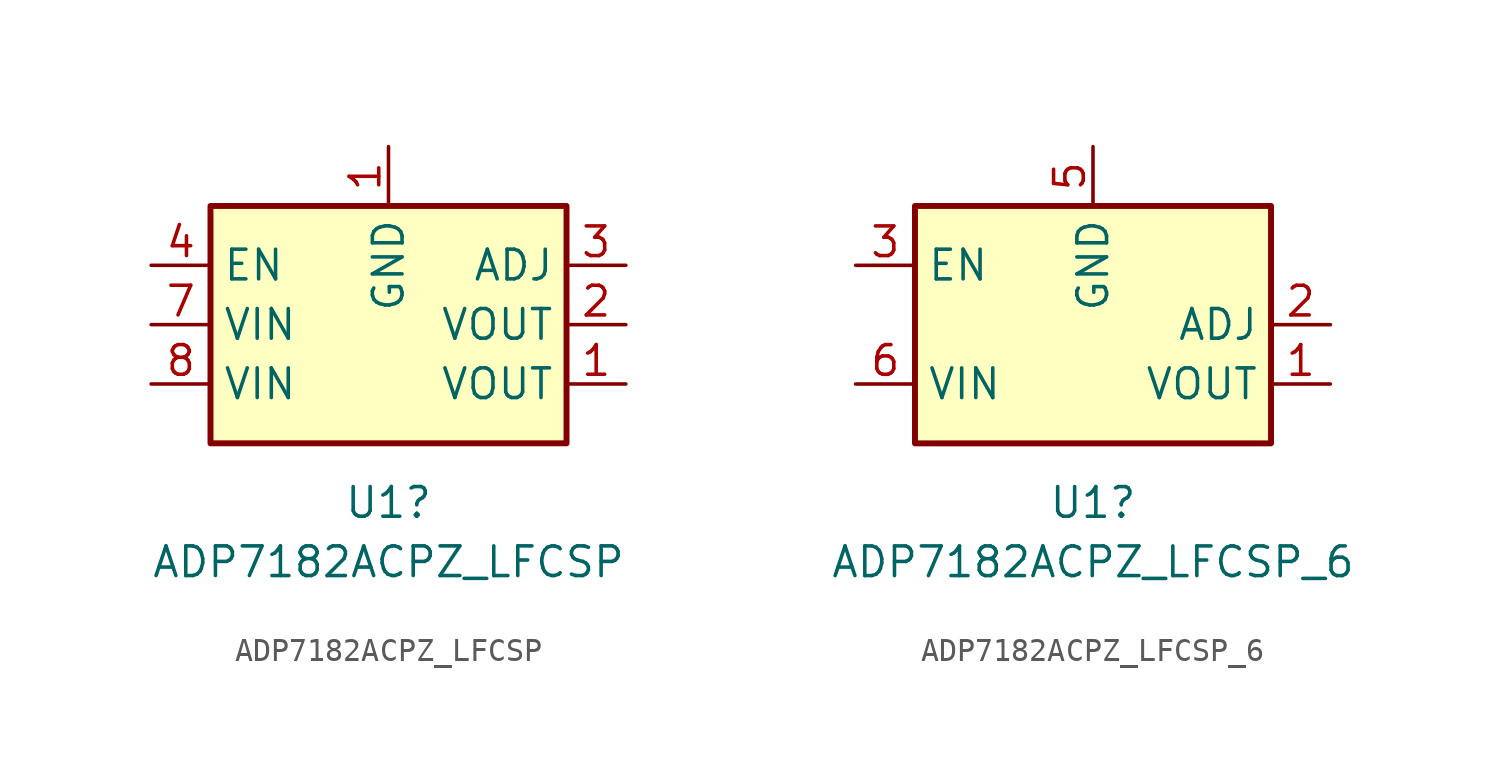
<source format=kicad_sym>
(kicad_symbol_lib
  (version 20220914)
  (generator kicad_symbol_editor)
  (symbol "ADP7182ACPZ_LFCSP"
    (property "Reference" "U1"
      (at 0 -7.62 0)
      (effects (font (size 1.27 1.27))))
    (property "Value" "ADP7182ACPZ_LFCSP"
      (at 0 -10.16 0)
      (effects (font (size 1.27 1.27))))
    (symbol "ADP7182ACPZ_LFCSP_0_1"
      (rectangle (start -7.62 5.08) (end 7.62 -5.08) (stroke (width 0.254) (type default)) (fill (type background))))
    (symbol "ADP7182ACPZ_LFCSP_1_1"
      (pin power_in line (at 0 7.62 270) (length 2.54) (name "GND" (effects (font (size 1.27 1.27)))) (number "1" (effects (font (size 1.27 1.27)))))
      (pin power_out line (at 10.16 -2.54 180) (length 2.54) (name "VOUT" (effects (font (size 1.27 1.27)))) (number "1" (effects (font (size 1.27 1.27)))))
      (pin power_out line (at 10.16 0 180) (length 2.54) (name "VOUT" (effects (font (size 1.27 1.27)))) (number "2" (effects (font (size 1.27 1.27)))))
      (pin input line (at 10.16 2.54 180) (length 2.54) (name "ADJ" (effects (font (size 1.27 1.27)))) (number "3" (effects (font (size 1.27 1.27)))))
      (pin input line (at -10.16 2.54 0) (length 2.54) (name "EN" (effects (font (size 1.27 1.27)))) (number "4" (effects (font (size 1.27 1.27)))))
      (pin power_in line (at -10.16 0 0) (length 2.54) (name "VIN" (effects (font (size 1.27 1.27)))) (number "7" (effects (font (size 1.27 1.27)))))
      (pin power_in line (at -10.16 -2.54 0) (length 2.54) (name "VIN" (effects (font (size 1.27 1.27)))) (number "8" (effects (font (size 1.27 1.27)))))))
  (symbol "ADP7182ACPZ_LFCSP_6"
    (property "Reference" "U1"
      (at 0 -7.62 0)
      (effects (font (size 1.27 1.27))))
    (property "Value" "ADP7182ACPZ_LFCSP_6"
      (at 0 -10.16 0)
      (effects (font (size 1.27 1.27))))
    (symbol "ADP7182ACPZ_LFCSP_6_0_1"
      (rectangle (start -7.62 5.08) (end 7.62 -5.08) (stroke (width 0.254) (type default)) (fill (type background))))
    (symbol "ADP7182ACPZ_LFCSP_6_1_1"
      (pin power_out line (at 10.16 -2.54 180) (length 2.54) (name "VOUT" (effects (font (size 1.27 1.27)))) (number "1" (effects (font (size 1.27 1.27)))))
      (pin input line (at 10.16 0 180) (length 2.54) (name "ADJ" (effects (font (size 1.27 1.27)))) (number "2" (effects (font (size 1.27 1.27)))))
      (pin input line (at -10.16 2.54 0) (length 2.54) (name "EN" (effects (font (size 1.27 1.27)))) (number "3" (effects (font (size 1.27 1.27)))))
      (pin power_in line (at 0 7.62 270) (length 2.54) (name "GND" (effects (font (size 1.27 1.27)))) (number "5" (effects (font (size 1.27 1.27)))))
      (pin power_in line (at -10.16 -2.54 0) (length 2.54) (name "VIN" (effects (font (size 1.27 1.27)))) (number "6" (effects (font (size 1.27 1.27))))))))
</source>
